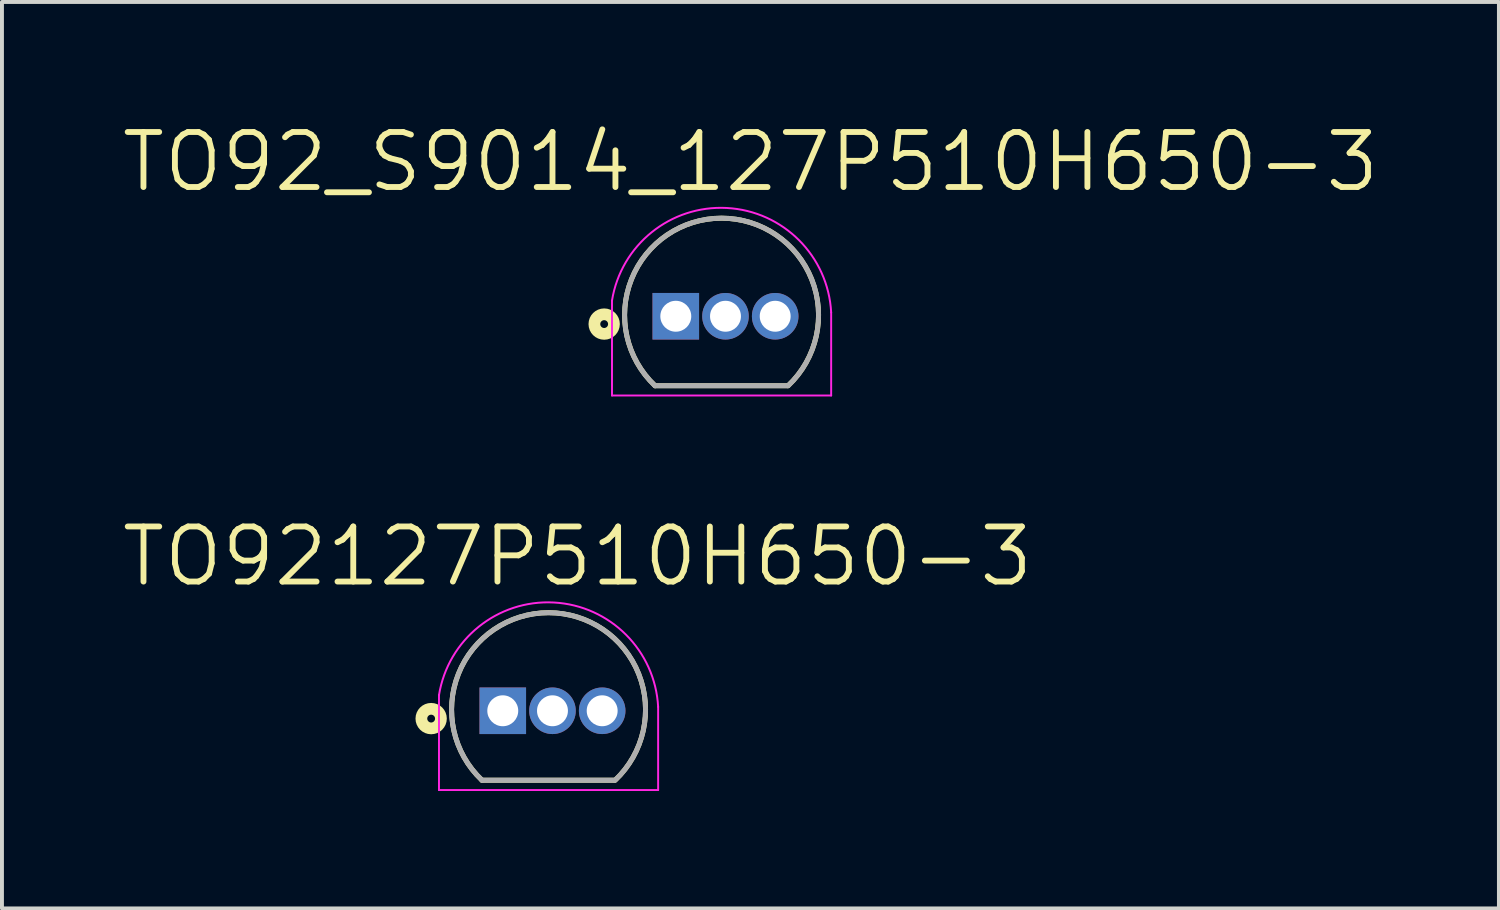
<source format=kicad_pcb>
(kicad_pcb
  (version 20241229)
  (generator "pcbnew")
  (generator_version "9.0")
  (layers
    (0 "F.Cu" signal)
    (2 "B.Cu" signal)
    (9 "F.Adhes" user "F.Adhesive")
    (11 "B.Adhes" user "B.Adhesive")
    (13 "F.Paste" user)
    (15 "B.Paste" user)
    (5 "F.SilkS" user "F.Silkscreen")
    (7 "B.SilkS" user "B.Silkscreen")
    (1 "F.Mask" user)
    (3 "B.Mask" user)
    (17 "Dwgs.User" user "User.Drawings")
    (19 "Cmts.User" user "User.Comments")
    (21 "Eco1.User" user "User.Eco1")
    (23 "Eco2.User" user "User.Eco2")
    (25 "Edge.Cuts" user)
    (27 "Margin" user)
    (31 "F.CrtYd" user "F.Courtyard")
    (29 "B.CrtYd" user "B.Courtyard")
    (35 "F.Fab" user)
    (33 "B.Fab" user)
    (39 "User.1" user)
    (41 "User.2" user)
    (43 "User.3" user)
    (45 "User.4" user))
  (footprint "TO92127P510H650-3"
    (layer "F.Cu")
    (at 11.067 14.612)
    (property "Reference" "TO92127P510H650-3" (at 0.638 -3.445 0) (layer "F.SilkS") (effects (font (size 1.407 1.407) (thickness 0.15))))
    (attr through_hole)
    (fp_line (start -1.8 2.275) (end 1.582 2.275) (stroke (width 0.127) (type solid)) (layer "F.SilkS"))
    (fp_arc (start -1.8 2.275) (mid -0.1 -2.006098) (end 1.6 2.275) (stroke (width 0.127) (type solid)) (layer "F.SilkS"))
    (fp_circle (center -3.1 0.7) (end -3 0.7) (stroke (width 0.3) (type solid)) (fill no) (layer "F.SilkS"))
    (fp_line (start -2.9 0.1) (end -2.9 2.525) (stroke (width 0.05) (type solid)) (layer "F.CrtYd"))
    (fp_line (start -2.9 2.525) (end 2.7 2.525) (stroke (width 0.05) (type solid)) (layer "F.CrtYd"))
    (fp_line (start 2.7 2.525) (end 2.7 0.4) (stroke (width 0.05) (type solid)) (layer "F.CrtYd"))
    (fp_arc (start -2.899999 0.100001) (mid 0.034827 -2.266776) (end 2.7 0.4) (stroke (width 0.05) (type solid)) (layer "F.CrtYd"))
    (fp_line (start -1.8 2.275) (end 1.582 2.275) (stroke (width 0.127) (type solid)) (layer "F.Fab"))
    (fp_arc (start -1.8 2.275) (mid -0.1 -2.006098) (end 1.6 2.275) (stroke (width 0.127) (type solid)) (layer "F.Fab"))
    (pad "1" thru_hole rect (at -1.27 0.5) (size 1.19 1.19) (drill 0.79) (layers "*.Cu" "*.Mask"))
    (pad "2" thru_hole circle (at 0 0.5) (size 1.19 1.19) (drill 0.79) (layers "*.Cu" "*.Mask"))
    (pad "3" thru_hole circle (at 1.27 0.5) (size 1.19 1.19) (drill 0.79) (layers "*.Cu" "*.Mask")))
  (footprint "TO92_S9014_127P510H650-3"
    (layer "F.Cu")
    (at 15.488 4.531)
    (property "Reference" "TO92_S9014_127P510H650-3" (at 0.638 -3.445 0) (layer "F.SilkS") (effects (font (size 1.407 1.407) (thickness 0.15))))
    (attr through_hole)
    (fp_line (start -1.8 2.275) (end 1.582 2.275) (stroke (width 0.127) (type solid)) (layer "F.SilkS"))
    (fp_arc (start -1.8 2.275) (mid -0.1 -2.006098) (end 1.6 2.275) (stroke (width 0.127) (type solid)) (layer "F.SilkS"))
    (fp_circle (center -3.1 0.7) (end -3 0.7) (stroke (width 0.3) (type solid)) (fill no) (layer "F.SilkS"))
    (fp_line (start -2.9 0.1) (end -2.9 2.525) (stroke (width 0.05) (type solid)) (layer "F.CrtYd"))
    (fp_line (start -2.9 2.525) (end 2.7 2.525) (stroke (width 0.05) (type solid)) (layer "F.CrtYd"))
    (fp_line (start 2.7 2.525) (end 2.7 0.4) (stroke (width 0.05) (type solid)) (layer "F.CrtYd"))
    (fp_arc (start -2.899999 0.100001) (mid 0.034827 -2.266776) (end 2.7 0.4) (stroke (width 0.05) (type solid)) (layer "F.CrtYd"))
    (fp_line (start -1.8 2.275) (end 1.582 2.275) (stroke (width 0.127) (type solid)) (layer "F.Fab"))
    (fp_arc (start -1.8 2.275) (mid -0.1 -2.006098) (end 1.6 2.275) (stroke (width 0.127) (type solid)) (layer "F.Fab"))
    (pad "1" thru_hole rect (at -1.27 0.5) (size 1.19 1.19) (drill 0.79) (layers "*.Cu" "*.Mask"))
    (pad "2" thru_hole circle (at 0 0.5) (size 1.19 1.19) (drill 0.79) (layers "*.Cu" "*.Mask"))
    (pad "3" thru_hole circle (at 1.27 0.5) (size 1.19 1.19) (drill 0.79) (layers "*.Cu" "*.Mask")))
  (gr_rect
    (start -3 -3)
    (end 35.251 20.162)
    (stroke (width 0.1) (type default))
    (fill no)
    (layer "Edge.Cuts")))
</source>
